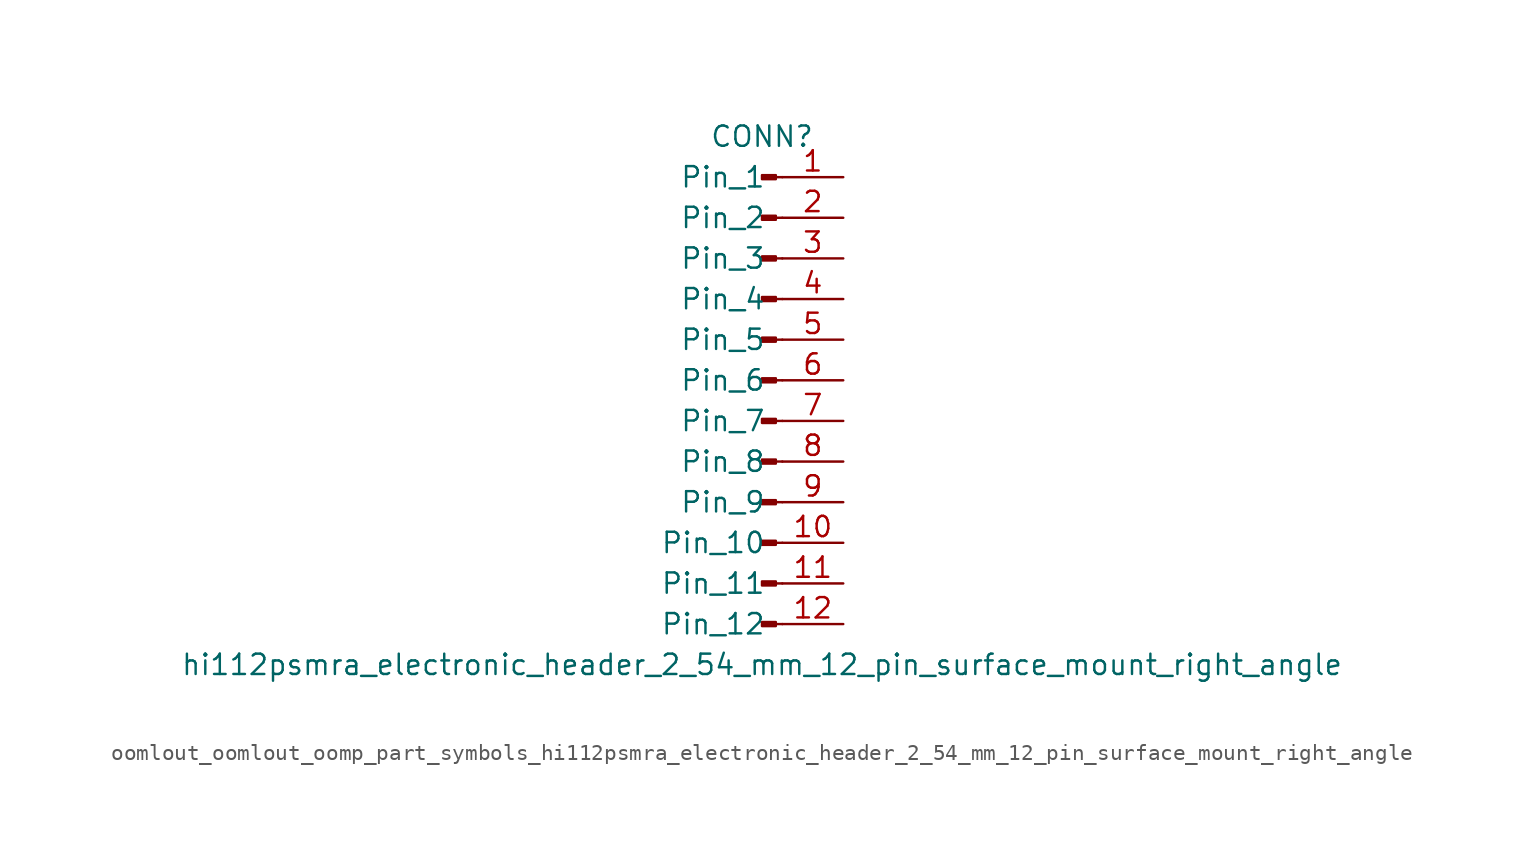
<source format=kicad_sym>
(kicad_symbol_lib
  (version 20220914)
  (generator kicad_symbol_editor)
  (symbol "oomlout_oomlout_oomp_part_symbols_hi112psmra_electronic_header_2_54_mm_12_pin_surface_mount_right_angle"
    (pin_names
      (offset 1.016))
    (property "Reference" "CONN"
      (at 0 15.24 0)
      (effects (font (size 1.27 1.27))))
    (property "Value" "hi112psmra_electronic_header_2_54_mm_12_pin_surface_mount_right_angle"
      (at 0 -17.78 0)
      (effects (font (size 1.27 1.27))))
    (property "ki_locked" ""
      (at 0 0 0)
      (effects (font (size 1.27 1.27))))
    (symbol "oomlout_oomlout_oomp_part_symbols_hi112psmra_electronic_header_2_54_mm_12_pin_surface_mount_right_angle_1_1"
      (polyline (pts (xy 1.27 -15.24) (xy 0.864 -15.24)) (stroke (width 0.152) (type default)) (fill (type none)))
      (polyline (pts (xy 1.27 -12.7) (xy 0.864 -12.7)) (stroke (width 0.152) (type default)) (fill (type none)))
      (polyline (pts (xy 1.27 -10.16) (xy 0.864 -10.16)) (stroke (width 0.152) (type default)) (fill (type none)))
      (polyline (pts (xy 1.27 -7.62) (xy 0.864 -7.62)) (stroke (width 0.152) (type default)) (fill (type none)))
      (polyline (pts (xy 1.27 -5.08) (xy 0.864 -5.08)) (stroke (width 0.152) (type default)) (fill (type none)))
      (polyline (pts (xy 1.27 -2.54) (xy 0.864 -2.54)) (stroke (width 0.152) (type default)) (fill (type none)))
      (polyline (pts (xy 1.27 0) (xy 0.864 0)) (stroke (width 0.152) (type default)) (fill (type none)))
      (polyline (pts (xy 1.27 2.54) (xy 0.864 2.54)) (stroke (width 0.152) (type default)) (fill (type none)))
      (polyline (pts (xy 1.27 5.08) (xy 0.864 5.08)) (stroke (width 0.152) (type default)) (fill (type none)))
      (polyline (pts (xy 1.27 7.62) (xy 0.864 7.62)) (stroke (width 0.152) (type default)) (fill (type none)))
      (polyline (pts (xy 1.27 10.16) (xy 0.864 10.16)) (stroke (width 0.152) (type default)) (fill (type none)))
      (polyline (pts (xy 1.27 12.7) (xy 0.864 12.7)) (stroke (width 0.152) (type default)) (fill (type none)))
      (rectangle (start 0.864 -15.113) (end 0 -15.367) (stroke (width 0.152) (type default)) (fill (type outline)))
      (rectangle (start 0.864 -12.573) (end 0 -12.827) (stroke (width 0.152) (type default)) (fill (type outline)))
      (rectangle (start 0.864 -10.033) (end 0 -10.287) (stroke (width 0.152) (type default)) (fill (type outline)))
      (rectangle (start 0.864 -7.493) (end 0 -7.747) (stroke (width 0.152) (type default)) (fill (type outline)))
      (rectangle (start 0.864 -4.953) (end 0 -5.207) (stroke (width 0.152) (type default)) (fill (type outline)))
      (rectangle (start 0.864 -2.413) (end 0 -2.667) (stroke (width 0.152) (type default)) (fill (type outline)))
      (rectangle (start 0.864 0.127) (end 0 -0.127) (stroke (width 0.152) (type default)) (fill (type outline)))
      (rectangle (start 0.864 2.667) (end 0 2.413) (stroke (width 0.152) (type default)) (fill (type outline)))
      (rectangle (start 0.864 5.207) (end 0 4.953) (stroke (width 0.152) (type default)) (fill (type outline)))
      (rectangle (start 0.864 7.747) (end 0 7.493) (stroke (width 0.152) (type default)) (fill (type outline)))
      (rectangle (start 0.864 10.287) (end 0 10.033) (stroke (width 0.152) (type default)) (fill (type outline)))
      (rectangle (start 0.864 12.827) (end 0 12.573) (stroke (width 0.152) (type default)) (fill (type outline)))
      (pin passive line (at 5.08 12.7 180) (length 3.81) (name "Pin_1" (effects (font (size 1.27 1.27)))) (number "1" (effects (font (size 1.27 1.27)))))
      (pin passive line (at 5.08 -10.16 180) (length 3.81) (name "Pin_10" (effects (font (size 1.27 1.27)))) (number "10" (effects (font (size 1.27 1.27)))))
      (pin passive line (at 5.08 -12.7 180) (length 3.81) (name "Pin_11" (effects (font (size 1.27 1.27)))) (number "11" (effects (font (size 1.27 1.27)))))
      (pin passive line (at 5.08 -15.24 180) (length 3.81) (name "Pin_12" (effects (font (size 1.27 1.27)))) (number "12" (effects (font (size 1.27 1.27)))))
      (pin passive line (at 5.08 10.16 180) (length 3.81) (name "Pin_2" (effects (font (size 1.27 1.27)))) (number "2" (effects (font (size 1.27 1.27)))))
      (pin passive line (at 5.08 7.62 180) (length 3.81) (name "Pin_3" (effects (font (size 1.27 1.27)))) (number "3" (effects (font (size 1.27 1.27)))))
      (pin passive line (at 5.08 5.08 180) (length 3.81) (name "Pin_4" (effects (font (size 1.27 1.27)))) (number "4" (effects (font (size 1.27 1.27)))))
      (pin passive line (at 5.08 2.54 180) (length 3.81) (name "Pin_5" (effects (font (size 1.27 1.27)))) (number "5" (effects (font (size 1.27 1.27)))))
      (pin passive line (at 5.08 0 180) (length 3.81) (name "Pin_6" (effects (font (size 1.27 1.27)))) (number "6" (effects (font (size 1.27 1.27)))))
      (pin passive line (at 5.08 -2.54 180) (length 3.81) (name "Pin_7" (effects (font (size 1.27 1.27)))) (number "7" (effects (font (size 1.27 1.27)))))
      (pin passive line (at 5.08 -5.08 180) (length 3.81) (name "Pin_8" (effects (font (size 1.27 1.27)))) (number "8" (effects (font (size 1.27 1.27)))))
      (pin passive line (at 5.08 -7.62 180) (length 3.81) (name "Pin_9" (effects (font (size 1.27 1.27)))) (number "9" (effects (font (size 1.27 1.27))))))))
</source>
